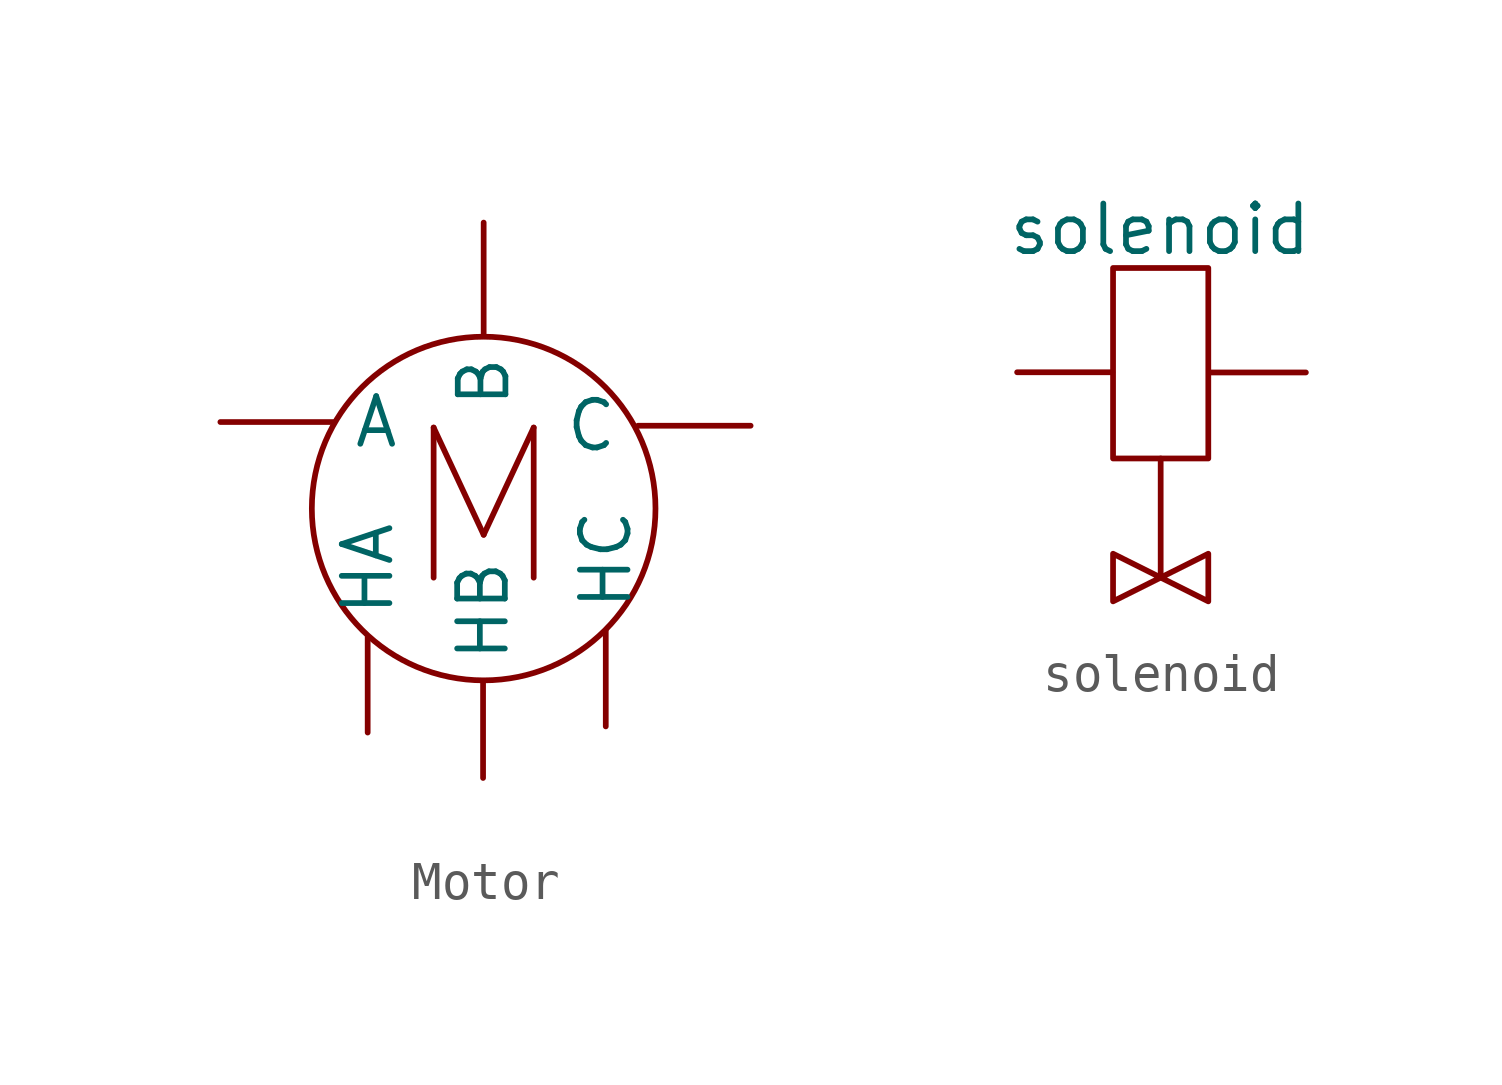
<source format=kicad_sym>
(kicad_symbol_lib
  (version 20211014)
  (generator kicad_symbol_editor)
  (symbol "Motor"
    (property "Reference" "M"
      (at 0 -5.08 0)
      (effects (font (size 1.27 1.27)) hide))
    (symbol "Motor_0_0"
      (text "M" (at 0 -6.35 0) (effects (font (size 4 4)))))
    (symbol "Motor_0_1"
      (circle (center 0 -6.35) (radius 4.579) (stroke (width 0) (type default) (color 0 0 0 0)) (fill (type none))))
    (symbol "Motor_1_1"
      (pin power_in line (at -7.016 -4.045 0) (length 3) (name "A" (effects (font (size 1.27 1.27)))) (number "" (effects (font (size 1.27 1.27)))))
      (pin power_in line (at 0 1.27 270) (length 3) (name "B" (effects (font (size 1.27 1.27)))) (number "" (effects (font (size 1.27 1.27)))))
      (pin power_in line (at 7.114 -4.143 180) (length 3) (name "C" (effects (font (size 1.27 1.27)))) (number "" (effects (font (size 1.27 1.27)))))
      (pin output line (at -3.091 -12.32 90) (length 2.54) (name "HA" (effects (font (size 1.27 1.27)))) (number "" (effects (font (size 1.27 1.27)))))
      (pin output line (at -0.016 -13.53 90) (length 2.54) (name "HB" (effects (font (size 1.27 1.27)))) (number "" (effects (font (size 1.27 1.27)))))
      (pin output line (at 3.254 -12.156 90) (length 2.54) (name "HC" (effects (font (size 1.27 1.27)))) (number "" (effects (font (size 1.27 1.27)))))))
  (symbol "solenoid"
    (property "Reference" "U"
      (at 0 2.54 0)
      (effects (font (size 1.27 1.27)) hide))
    (property "Value" "solenoid"
      (at 0 2.54 0)
      (effects (font (size 1.27 1.27))))
    (symbol "solenoid_0_1"
      (polyline (pts (xy 0.018 -3.569) (xy 0.018 -6.747)) (stroke (width 0) (type default) (color 0 0 0 0)) (fill (type none)))
      (polyline (pts (xy 1.288 -6.109) (xy 1.288 -7.379) (xy -1.252 -6.109) (xy -1.252 -7.379) (xy 1.288 -6.109)) (stroke (width 0) (type default) (color 0 0 0 0)) (fill (type none)))
      (rectangle (start 1.288 1.511) (end -1.252 -3.569) (stroke (width 0) (type default) (color 0 0 0 0)) (fill (type none))))
    (symbol "solenoid_1_1"
      (pin power_in line (at -3.81 -1.27 0) (length 2.54) (name "" (effects (font (size 1.27 1.27)))) (number "" (effects (font (size 1.27 1.27)))))
      (pin power_in line (at 3.89 -1.275 180) (length 2.54) (name "" (effects (font (size 1.27 1.27)))) (number "" (effects (font (size 1.27 1.27))))))))
</source>
